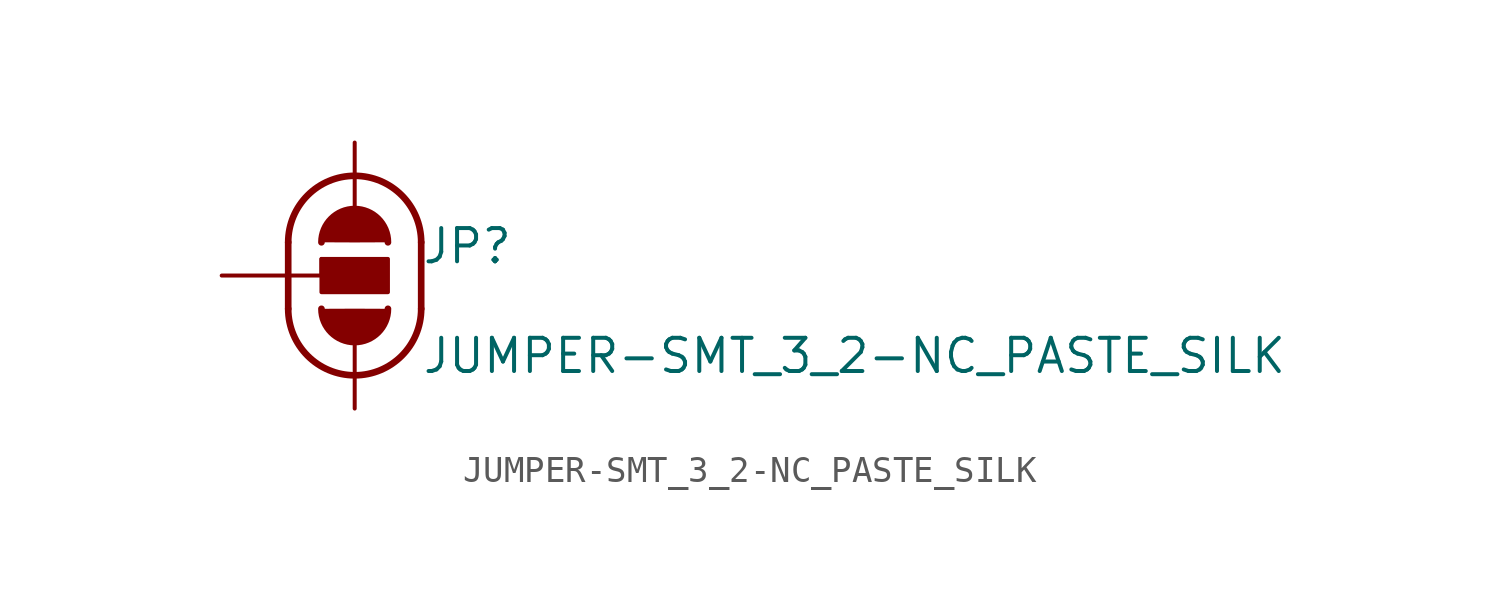
<source format=kicad_sym>
(kicad_symbol_lib
  (version 20220914)
  (generator kicad_symbol_editor)
  (symbol "JUMPER-SMT_3_2-NC_PASTE_SILK"
    (pin_numbers hide)
    (pin_names
      (offset 1.016) hide)
    (property "Reference" "JP"
      (at 2.54 0.381 0)
      (effects (font (size 1.27 1.27)) (justify left bottom)))
    (property "Value" "JUMPER-SMT_3_2-NC_PASTE_SILK"
      (at 2.54 -3.81 0)
      (effects (font (size 1.27 1.27)) (justify left bottom)))
    (property "ki_locked" ""
      (at 0 0 0)
      (effects (font (size 1.27 1.27))))
    (symbol "JUMPER-SMT_3_2-NC_PASTE_SILK_1_0"
      (arc (start -2.54 -1.27) (mid 0 -3.81) (end 2.54 -1.27) (stroke (width 0.254) (type solid)) (fill (type none)))
      (arc (start -1.27 -1.27) (mid 0 -2.54) (end 1.27 -1.27) (stroke (width 0.254) (type solid)) (fill (type outline)))
      (polyline (pts (xy -2.54 -1.27) (xy -2.54 1.27)) (stroke (width 0.254) (type solid)) (fill (type none)))
      (polyline (pts (xy -2.54 0) (xy -1.27 0)) (stroke (width 0) (type solid)) (fill (type none)))
      (polyline (pts (xy -1.27 0) (xy -1.27 0.635)) (stroke (width 0) (type solid)) (fill (type none)))
      (polyline (pts (xy 2.54 1.27) (xy 2.54 -1.27)) (stroke (width 0.254) (type solid)) (fill (type none)))
      (arc (start 1.27 1.27) (mid 0 2.54) (end -1.27 1.27) (stroke (width 0.254) (type solid)) (fill (type outline)))
      (arc (start 2.54 1.27) (mid 0 3.81) (end -2.54 1.27) (stroke (width 0.254) (type solid)) (fill (type none))))
    (symbol "JUMPER-SMT_3_2-NC_PASTE_SILK_1_1"
      (rectangle (start -1.27 -0.635) (end 1.27 0.635) (stroke (width 0) (type solid)) (fill (type outline)))
      (pin passive line (at 0 5.08 270) (length 2.54) (name "1" (effects (font (size 1.016 1.016)))) (number "1" (effects (font (size 1.016 1.016)))))
      (pin passive line (at -5.08 0 0) (length 2.54) (name "2" (effects (font (size 1.016 1.016)))) (number "2" (effects (font (size 1.016 1.016)))))
      (pin passive line (at 0 -5.08 90) (length 2.54) (name "3" (effects (font (size 1.016 1.016)))) (number "3" (effects (font (size 1.016 1.016))))))))
</source>
